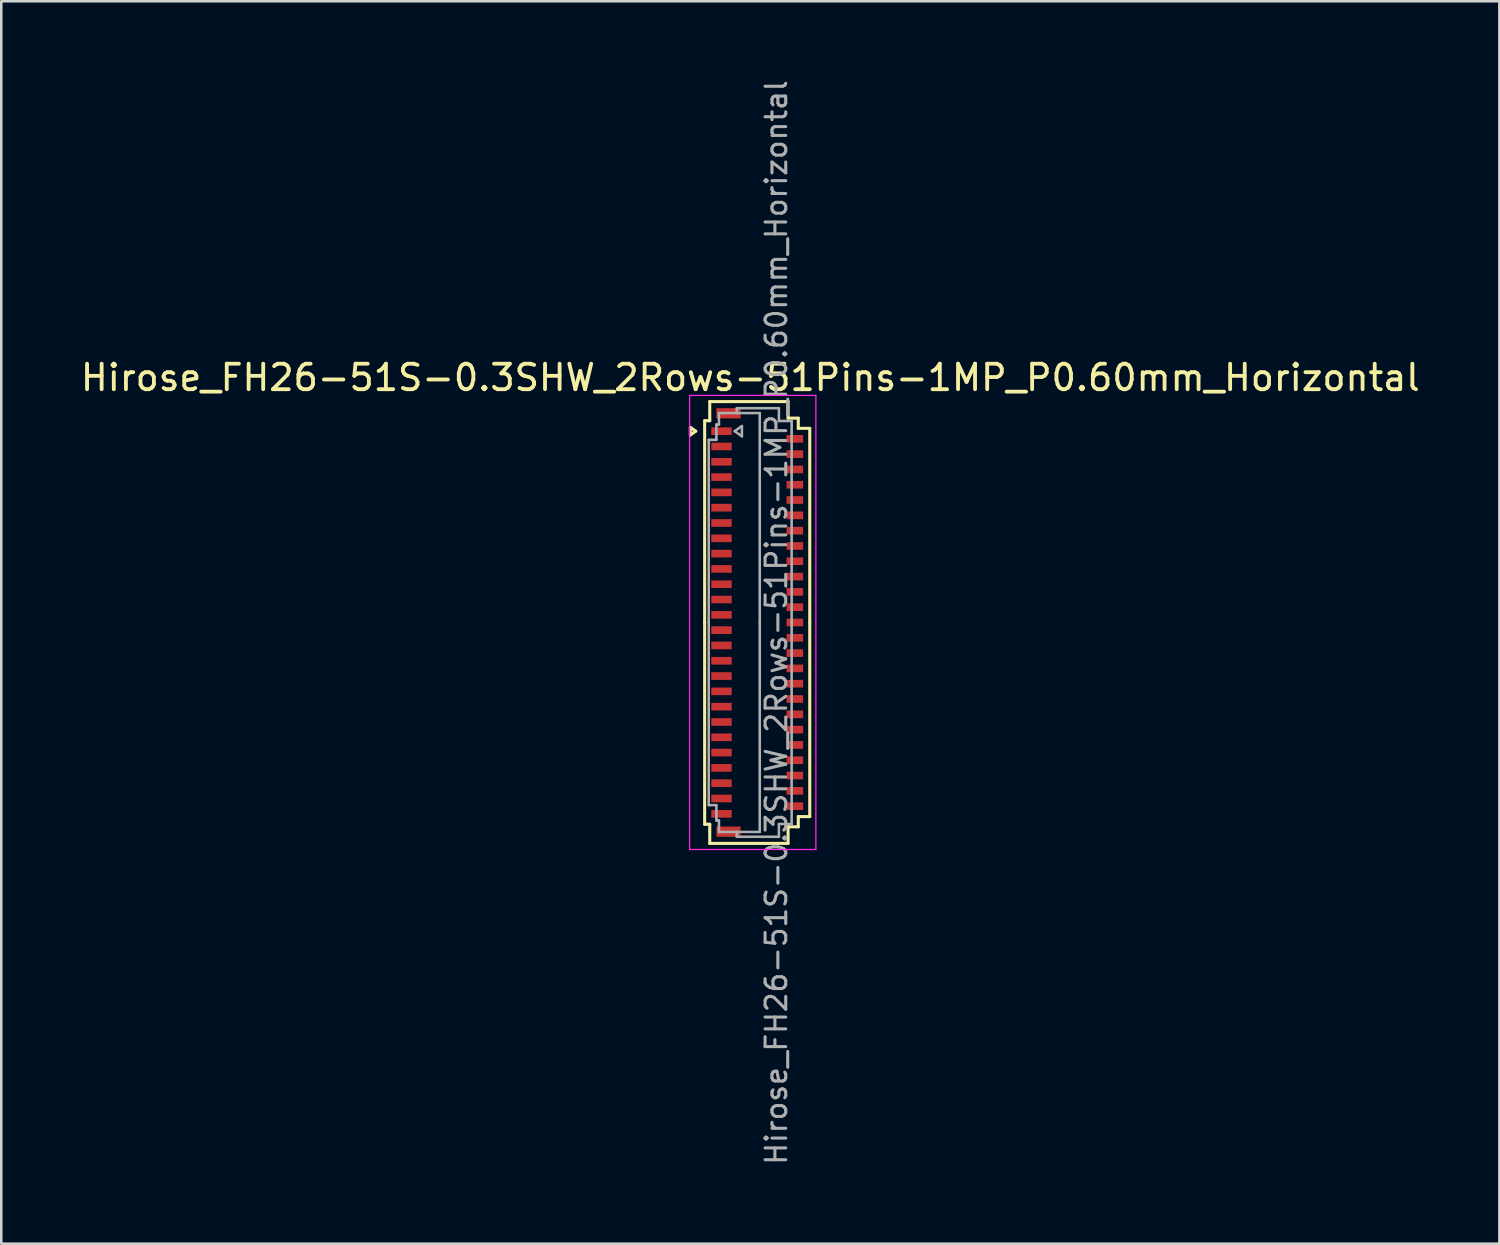
<source format=kicad_pcb>
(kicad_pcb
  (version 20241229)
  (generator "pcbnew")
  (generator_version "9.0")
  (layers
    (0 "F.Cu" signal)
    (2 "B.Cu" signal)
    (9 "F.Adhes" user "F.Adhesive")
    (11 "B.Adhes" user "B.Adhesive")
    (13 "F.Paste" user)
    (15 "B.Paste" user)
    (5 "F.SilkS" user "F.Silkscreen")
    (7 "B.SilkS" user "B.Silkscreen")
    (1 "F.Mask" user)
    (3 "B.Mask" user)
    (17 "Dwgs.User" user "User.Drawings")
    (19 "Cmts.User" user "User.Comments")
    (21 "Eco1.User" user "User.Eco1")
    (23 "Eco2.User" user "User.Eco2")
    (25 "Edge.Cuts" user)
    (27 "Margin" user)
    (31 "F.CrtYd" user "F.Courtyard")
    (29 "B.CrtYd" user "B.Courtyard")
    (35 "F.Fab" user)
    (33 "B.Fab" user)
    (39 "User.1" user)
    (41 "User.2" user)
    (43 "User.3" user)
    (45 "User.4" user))
  (footprint "Hirose_FH26-51S-0.3SHW_2Rows-51Pins-1MP_P0.60mm_Horizontal"
    (layer "F.Cu")
    (at 26.633 21.352)
    (property "Reference" "Hirose_FH26-51S-0.3SHW_2Rows-51Pins-1MP_P0.60mm_Horizontal" (at -0.27 -9.6 0) (layer "F.SilkS") (effects (font (size 1 1) (thickness 0.15))))
    (attr smd)
    (fp_line (start -2.622 -7.65) (end -2.41 -7.5) (stroke (width 0.12) (type solid)) (layer "F.SilkS"))
    (fp_line (start -2.622 -7.35) (end -2.622 -7.65) (stroke (width 0.12) (type solid)) (layer "F.SilkS"))
    (fp_line (start -2.41 -7.5) (end -2.622 -7.35) (stroke (width 0.12) (type solid)) (layer "F.SilkS"))
    (fp_line (start -2.06 -7.91) (end -2.06 0) (stroke (width 0.12) (type solid)) (layer "F.SilkS"))
    (fp_line (start -2.06 7.91) (end -2.06 0) (stroke (width 0.12) (type solid)) (layer "F.SilkS"))
    (fp_line (start -1.86 -8.66) (end -1.86 -7.91) (stroke (width 0.12) (type solid)) (layer "F.SilkS"))
    (fp_line (start -1.86 -7.91) (end -2.06 -7.91) (stroke (width 0.12) (type solid)) (layer "F.SilkS"))
    (fp_line (start -1.86 7.91) (end -2.06 7.91) (stroke (width 0.12) (type solid)) (layer "F.SilkS"))
    (fp_line (start -1.86 8.66) (end -1.86 7.91) (stroke (width 0.12) (type solid)) (layer "F.SilkS"))
    (fp_line (start 1.21 -8.66) (end -1.86 -8.66) (stroke (width 0.12) (type solid)) (layer "F.SilkS"))
    (fp_line (start 1.21 -8.01) (end 1.21 -8.66) (stroke (width 0.12) (type solid)) (layer "F.SilkS"))
    (fp_line (start 1.21 8.01) (end 1.21 8.66) (stroke (width 0.12) (type solid)) (layer "F.SilkS"))
    (fp_line (start 1.21 8.66) (end -1.86 8.66) (stroke (width 0.12) (type solid)) (layer "F.SilkS"))
    (fp_line (start 1.61 -8.01) (end 1.21 -8.01) (stroke (width 0.12) (type solid)) (layer "F.SilkS"))
    (fp_line (start 1.61 -7.61) (end 1.61 -8.01) (stroke (width 0.12) (type solid)) (layer "F.SilkS"))
    (fp_line (start 1.61 7.61) (end 1.61 8.01) (stroke (width 0.12) (type solid)) (layer "F.SilkS"))
    (fp_line (start 1.61 8.01) (end 1.21 8.01) (stroke (width 0.12) (type solid)) (layer "F.SilkS"))
    (fp_line (start 2.06 -7.61) (end 1.61 -7.61) (stroke (width 0.12) (type solid)) (layer "F.SilkS"))
    (fp_line (start 2.06 0) (end 2.06 -7.61) (stroke (width 0.12) (type solid)) (layer "F.SilkS"))
    (fp_line (start 2.06 0) (end 2.06 7.61) (stroke (width 0.12) (type solid)) (layer "F.SilkS"))
    (fp_line (start 2.06 7.61) (end 1.61 7.61) (stroke (width 0.12) (type solid)) (layer "F.SilkS"))
    (fp_line (start -2.65 -8.9) (end -2.65 8.9) (stroke (width 0.05) (type solid)) (layer "F.CrtYd"))
    (fp_line (start -2.65 8.9) (end 2.3 8.9) (stroke (width 0.05) (type solid)) (layer "F.CrtYd"))
    (fp_line (start 2.3 -8.9) (end -2.65 -8.9) (stroke (width 0.05) (type solid)) (layer "F.CrtYd"))
    (fp_line (start 2.3 8.9) (end 2.3 -8.9) (stroke (width 0.05) (type solid)) (layer "F.CrtYd"))
    (fp_line (start -1.9 -7.16) (end -1.6 -7.16) (stroke (width 0.1) (type solid)) (layer "F.Fab"))
    (fp_line (start -1.9 0) (end -1.9 -7.16) (stroke (width 0.1) (type solid)) (layer "F.Fab"))
    (fp_line (start -1.9 0) (end -1.9 7.16) (stroke (width 0.1) (type solid)) (layer "F.Fab"))
    (fp_line (start -1.9 7.16) (end -1.6 7.16) (stroke (width 0.1) (type solid)) (layer "F.Fab"))
    (fp_line (start -1.6 -7.76) (end -1.5 -7.76) (stroke (width 0.1) (type solid)) (layer "F.Fab"))
    (fp_line (start -1.6 -7.16) (end -1.6 -7.76) (stroke (width 0.1) (type solid)) (layer "F.Fab"))
    (fp_line (start -1.6 7.16) (end -1.6 7.76) (stroke (width 0.1) (type solid)) (layer "F.Fab"))
    (fp_line (start -1.6 7.76) (end -1.5 7.76) (stroke (width 0.1) (type solid)) (layer "F.Fab"))
    (fp_line (start -1.5 -8.21) (end -0.8 -8.21) (stroke (width 0.1) (type solid)) (layer "F.Fab"))
    (fp_line (start -1.5 -7.76) (end -1.5 -8.21) (stroke (width 0.1) (type solid)) (layer "F.Fab"))
    (fp_line (start -1.5 7.76) (end -1.5 8.21) (stroke (width 0.1) (type solid)) (layer "F.Fab"))
    (fp_line (start -1.5 8.21) (end -0.8 8.21) (stroke (width 0.1) (type solid)) (layer "F.Fab"))
    (fp_line (start -0.883 -7.5) (end -0.6 -7.3) (stroke (width 0.1) (type solid)) (layer "F.Fab"))
    (fp_line (start -0.8 -8.4) (end 0.85 -8.4) (stroke (width 0.1) (type solid)) (layer "F.Fab"))
    (fp_line (start -0.8 -8.21) (end -0.8 -8.4) (stroke (width 0.1) (type solid)) (layer "F.Fab"))
    (fp_line (start -0.8 8.21) (end -0.8 8.4) (stroke (width 0.1) (type solid)) (layer "F.Fab"))
    (fp_line (start -0.8 8.4) (end 0.85 8.4) (stroke (width 0.1) (type solid)) (layer "F.Fab"))
    (fp_line (start -0.6 -7.7) (end -0.883 -7.5) (stroke (width 0.1) (type solid)) (layer "F.Fab"))
    (fp_line (start -0.6 -7.3) (end -0.6 -7.7) (stroke (width 0.1) (type solid)) (layer "F.Fab"))
    (fp_line (start 0.1 -8.21) (end -0.8 -8.21) (stroke (width 0.1) (type solid)) (layer "F.Fab"))
    (fp_line (start 0.1 0) (end 0.1 -8.21) (stroke (width 0.1) (type solid)) (layer "F.Fab"))
    (fp_line (start 0.1 0) (end 0.1 8.21) (stroke (width 0.1) (type solid)) (layer "F.Fab"))
    (fp_line (start 0.1 8.21) (end -0.8 8.21) (stroke (width 0.1) (type solid)) (layer "F.Fab"))
    (fp_line (start 0.85 -8.4) (end 0.85 -7.9) (stroke (width 0.1) (type solid)) (layer "F.Fab"))
    (fp_line (start 0.85 -7.9) (end 1.35 -7.9) (stroke (width 0.1) (type solid)) (layer "F.Fab"))
    (fp_line (start 0.85 7.9) (end 1.35 7.9) (stroke (width 0.1) (type solid)) (layer "F.Fab"))
    (fp_line (start 0.85 8.4) (end 0.85 7.9) (stroke (width 0.1) (type solid)) (layer "F.Fab"))
    (fp_line (start 1.35 -7.9) (end 1.35 0) (stroke (width 0.1) (type solid)) (layer "F.Fab"))
    (fp_line (start 1.35 7.9) (end 1.35 0) (stroke (width 0.1) (type solid)) (layer "F.Fab"))
    (fp_text user "${REFERENCE}" (at 0.75 0 90) (layer "F.Fab") (effects (font (size 0.81 0.81) (thickness 0.12))))
    (pad "1" smd rect (at -1.4 -7.5) (size 0.8 0.3) (layers "F.Cu" "F.Mask" "F.Paste"))
    (pad "2" smd rect (at 1.475 -7.2) (size 0.65 0.3) (layers "F.Cu" "F.Mask" "F.Paste"))
    (pad "3" smd rect (at -1.4 -6.9) (size 0.8 0.3) (layers "F.Cu" "F.Mask" "F.Paste"))
    (pad "4" smd rect (at 1.475 -6.6) (size 0.65 0.3) (layers "F.Cu" "F.Mask" "F.Paste"))
    (pad "5" smd rect (at -1.4 -6.3) (size 0.8 0.3) (layers "F.Cu" "F.Mask" "F.Paste"))
    (pad "6" smd rect (at 1.475 -6) (size 0.65 0.3) (layers "F.Cu" "F.Mask" "F.Paste"))
    (pad "7" smd rect (at -1.4 -5.7) (size 0.8 0.3) (layers "F.Cu" "F.Mask" "F.Paste"))
    (pad "8" smd rect (at 1.475 -5.4) (size 0.65 0.3) (layers "F.Cu" "F.Mask" "F.Paste"))
    (pad "9" smd rect (at -1.4 -5.1) (size 0.8 0.3) (layers "F.Cu" "F.Mask" "F.Paste"))
    (pad "10" smd rect (at 1.475 -4.8) (size 0.65 0.3) (layers "F.Cu" "F.Mask" "F.Paste"))
    (pad "11" smd rect (at -1.4 -4.5) (size 0.8 0.3) (layers "F.Cu" "F.Mask" "F.Paste"))
    (pad "12" smd rect (at 1.475 -4.2) (size 0.65 0.3) (layers "F.Cu" "F.Mask" "F.Paste"))
    (pad "13" smd rect (at -1.4 -3.9) (size 0.8 0.3) (layers "F.Cu" "F.Mask" "F.Paste"))
    (pad "14" smd rect (at 1.475 -3.6) (size 0.65 0.3) (layers "F.Cu" "F.Mask" "F.Paste"))
    (pad "15" smd rect (at -1.4 -3.3) (size 0.8 0.3) (layers "F.Cu" "F.Mask" "F.Paste"))
    (pad "16" smd rect (at 1.475 -3) (size 0.65 0.3) (layers "F.Cu" "F.Mask" "F.Paste"))
    (pad "17" smd rect (at -1.4 -2.7) (size 0.8 0.3) (layers "F.Cu" "F.Mask" "F.Paste"))
    (pad "18" smd rect (at 1.475 -2.4) (size 0.65 0.3) (layers "F.Cu" "F.Mask" "F.Paste"))
    (pad "19" smd rect (at -1.4 -2.1) (size 0.8 0.3) (layers "F.Cu" "F.Mask" "F.Paste"))
    (pad "20" smd rect (at 1.475 -1.8) (size 0.65 0.3) (layers "F.Cu" "F.Mask" "F.Paste"))
    (pad "21" smd rect (at -1.4 -1.5) (size 0.8 0.3) (layers "F.Cu" "F.Mask" "F.Paste"))
    (pad "22" smd rect (at 1.475 -1.2) (size 0.65 0.3) (layers "F.Cu" "F.Mask" "F.Paste"))
    (pad "23" smd rect (at -1.4 -0.9) (size 0.8 0.3) (layers "F.Cu" "F.Mask" "F.Paste"))
    (pad "24" smd rect (at 1.475 -0.6) (size 0.65 0.3) (layers "F.Cu" "F.Mask" "F.Paste"))
    (pad "25" smd rect (at -1.4 -0.3) (size 0.8 0.3) (layers "F.Cu" "F.Mask" "F.Paste"))
    (pad "26" smd rect (at 1.475 0) (size 0.65 0.3) (layers "F.Cu" "F.Mask" "F.Paste"))
    (pad "27" smd rect (at -1.4 0.3) (size 0.8 0.3) (layers "F.Cu" "F.Mask" "F.Paste"))
    (pad "28" smd rect (at 1.475 0.6) (size 0.65 0.3) (layers "F.Cu" "F.Mask" "F.Paste"))
    (pad "29" smd rect (at -1.4 0.9) (size 0.8 0.3) (layers "F.Cu" "F.Mask" "F.Paste"))
    (pad "30" smd rect (at 1.475 1.2) (size 0.65 0.3) (layers "F.Cu" "F.Mask" "F.Paste"))
    (pad "31" smd rect (at -1.4 1.5) (size 0.8 0.3) (layers "F.Cu" "F.Mask" "F.Paste"))
    (pad "32" smd rect (at 1.475 1.8) (size 0.65 0.3) (layers "F.Cu" "F.Mask" "F.Paste"))
    (pad "33" smd rect (at -1.4 2.1) (size 0.8 0.3) (layers "F.Cu" "F.Mask" "F.Paste"))
    (pad "34" smd rect (at 1.475 2.4) (size 0.65 0.3) (layers "F.Cu" "F.Mask" "F.Paste"))
    (pad "35" smd rect (at -1.4 2.7) (size 0.8 0.3) (layers "F.Cu" "F.Mask" "F.Paste"))
    (pad "36" smd rect (at 1.475 3) (size 0.65 0.3) (layers "F.Cu" "F.Mask" "F.Paste"))
    (pad "37" smd rect (at -1.4 3.3) (size 0.8 0.3) (layers "F.Cu" "F.Mask" "F.Paste"))
    (pad "38" smd rect (at 1.475 3.6) (size 0.65 0.3) (layers "F.Cu" "F.Mask" "F.Paste"))
    (pad "39" smd rect (at -1.4 3.9) (size 0.8 0.3) (layers "F.Cu" "F.Mask" "F.Paste"))
    (pad "40" smd rect (at 1.475 4.2) (size 0.65 0.3) (layers "F.Cu" "F.Mask" "F.Paste"))
    (pad "41" smd rect (at -1.4 4.5) (size 0.8 0.3) (layers "F.Cu" "F.Mask" "F.Paste"))
    (pad "42" smd rect (at 1.475 4.8) (size 0.65 0.3) (layers "F.Cu" "F.Mask" "F.Paste"))
    (pad "43" smd rect (at -1.4 5.1) (size 0.8 0.3) (layers "F.Cu" "F.Mask" "F.Paste"))
    (pad "44" smd rect (at 1.475 5.4) (size 0.65 0.3) (layers "F.Cu" "F.Mask" "F.Paste"))
    (pad "45" smd rect (at -1.4 5.7) (size 0.8 0.3) (layers "F.Cu" "F.Mask" "F.Paste"))
    (pad "46" smd rect (at 1.475 6) (size 0.65 0.3) (layers "F.Cu" "F.Mask" "F.Paste"))
    (pad "47" smd rect (at -1.4 6.3) (size 0.8 0.3) (layers "F.Cu" "F.Mask" "F.Paste"))
    (pad "48" smd rect (at 1.475 6.6) (size 0.65 0.3) (layers "F.Cu" "F.Mask" "F.Paste"))
    (pad "49" smd rect (at -1.4 6.9) (size 0.8 0.3) (layers "F.Cu" "F.Mask" "F.Paste"))
    (pad "50" smd rect (at 1.475 7.2) (size 0.65 0.3) (layers "F.Cu" "F.Mask" "F.Paste"))
    (pad "51" smd rect (at -1.4 7.5) (size 0.8 0.3) (layers "F.Cu" "F.Mask" "F.Paste"))
    (pad "MP" smd rect (at -1.125 -8.2) (size 0.95 0.4) (layers "F.Cu" "F.Mask" "F.Paste"))
    (pad "MP" smd rect (at -1.125 8.2) (size 0.95 0.4) (layers "F.Cu" "F.Mask" "F.Paste")))
  (gr_rect
    (start -3 -3)
    (end 55.726 45.704)
    (stroke (width 0.1) (type default))
    (fill no)
    (layer "Edge.Cuts")))
</source>
